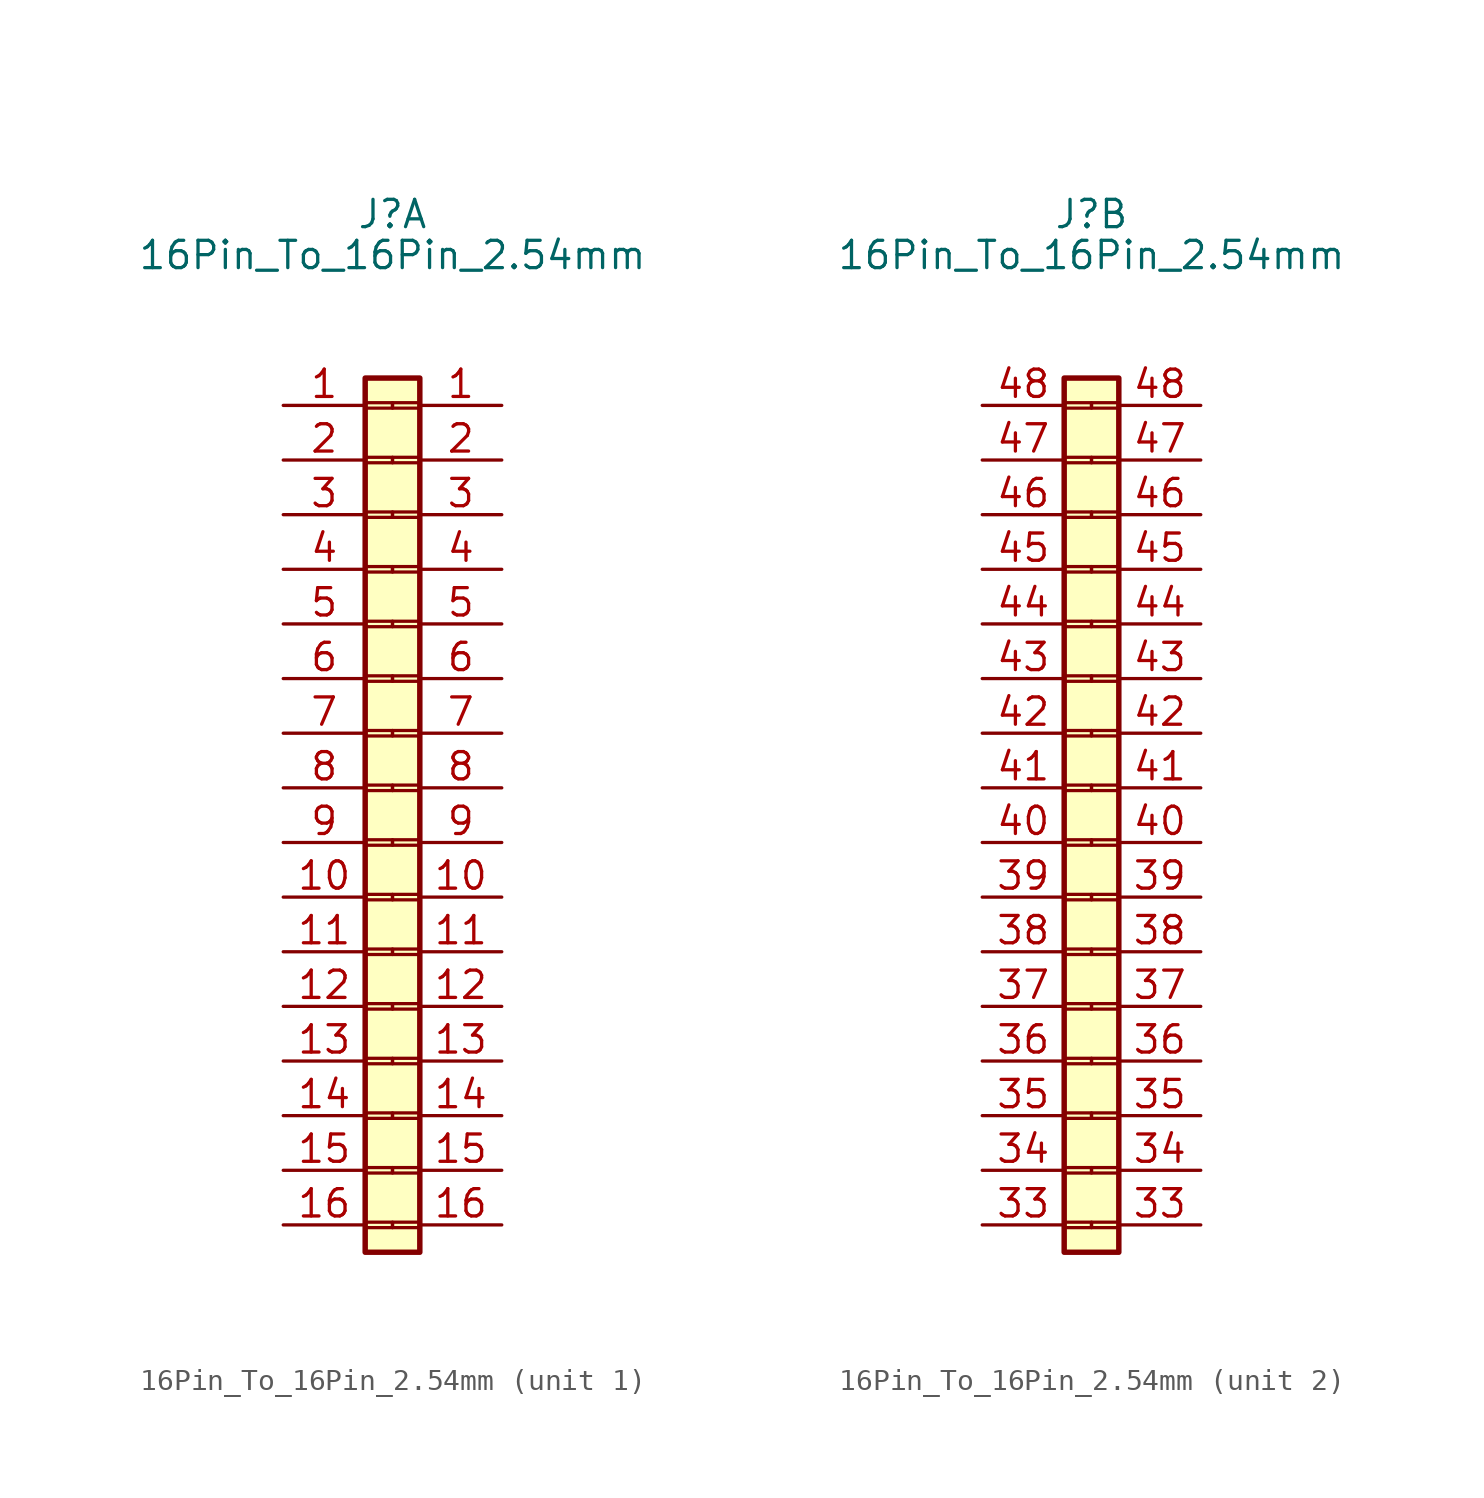
<source format=kicad_sym>
(kicad_symbol_lib
  (version 20211014)
  (generator kicad_symbol_editor)
  (symbol "16Pin_To_16Pin_2.54mm"
    (property "Reference" "J"
      (at 0 7.62 0)
      (effects (font (size 1.27 1.27))))
    (property "Value" "16Pin_To_16Pin_2.54mm"
      (at 0 5.715 0)
      (effects (font (size 1.27 1.27))))
    (property "ki_locked" ""
      (at 0 0 0)
      (effects (font (size 1.27 1.27))))
    (symbol "16Pin_To_16Pin_2.54mm_1_1"
      (rectangle (start -1.27 -39.243) (end 0 -39.497) (stroke (width 0.152) (type default) (color 0 0 0 0)) (fill (type none)))
      (rectangle (start -1.27 -36.703) (end 0 -36.957) (stroke (width 0.152) (type default) (color 0 0 0 0)) (fill (type none)))
      (rectangle (start -1.27 -34.163) (end 0 -34.417) (stroke (width 0.152) (type default) (color 0 0 0 0)) (fill (type none)))
      (rectangle (start -1.27 -31.623) (end 0 -31.877) (stroke (width 0.152) (type default) (color 0 0 0 0)) (fill (type none)))
      (rectangle (start -1.27 -29.083) (end 0 -29.337) (stroke (width 0.152) (type default) (color 0 0 0 0)) (fill (type none)))
      (rectangle (start -1.27 -26.543) (end 0 -26.797) (stroke (width 0.152) (type default) (color 0 0 0 0)) (fill (type none)))
      (rectangle (start -1.27 -24.003) (end 0 -24.257) (stroke (width 0.152) (type default) (color 0 0 0 0)) (fill (type none)))
      (rectangle (start -1.27 -21.463) (end 0 -21.717) (stroke (width 0.152) (type default) (color 0 0 0 0)) (fill (type none)))
      (rectangle (start -1.27 -18.923) (end 0 -19.177) (stroke (width 0.152) (type default) (color 0 0 0 0)) (fill (type none)))
      (rectangle (start -1.27 -16.383) (end 0 -16.637) (stroke (width 0.152) (type default) (color 0 0 0 0)) (fill (type none)))
      (rectangle (start -1.27 -13.843) (end 0 -14.097) (stroke (width 0.152) (type default) (color 0 0 0 0)) (fill (type none)))
      (rectangle (start -1.27 -11.303) (end 0 -11.557) (stroke (width 0.152) (type default) (color 0 0 0 0)) (fill (type none)))
      (rectangle (start -1.27 -8.763) (end 0 -9.017) (stroke (width 0.152) (type default) (color 0 0 0 0)) (fill (type none)))
      (rectangle (start -1.27 -6.223) (end 0 -6.477) (stroke (width 0.152) (type default) (color 0 0 0 0)) (fill (type none)))
      (rectangle (start -1.27 -3.683) (end 0 -3.937) (stroke (width 0.152) (type default) (color 0 0 0 0)) (fill (type none)))
      (rectangle (start -1.27 -1.143) (end 0 -1.397) (stroke (width 0.152) (type default) (color 0 0 0 0)) (fill (type none)))
      (rectangle (start -1.27 0) (end 1.27 -40.64) (stroke (width 0.254) (type default) (color 0 0 0 0)) (fill (type background)))
      (rectangle (start 0 -39.497) (end 1.27 -39.243) (stroke (width 0.152) (type default) (color 0 0 0 0)) (fill (type none)))
      (rectangle (start 0 -36.957) (end 1.27 -36.703) (stroke (width 0.152) (type default) (color 0 0 0 0)) (fill (type none)))
      (rectangle (start 0 -34.417) (end 1.27 -34.163) (stroke (width 0.152) (type default) (color 0 0 0 0)) (fill (type none)))
      (rectangle (start 0 -31.877) (end 1.27 -31.623) (stroke (width 0.152) (type default) (color 0 0 0 0)) (fill (type none)))
      (rectangle (start 0 -29.337) (end 1.27 -29.083) (stroke (width 0.152) (type default) (color 0 0 0 0)) (fill (type none)))
      (rectangle (start 0 -26.797) (end 1.27 -26.543) (stroke (width 0.152) (type default) (color 0 0 0 0)) (fill (type none)))
      (rectangle (start 0 -24.257) (end 1.27 -24.003) (stroke (width 0.152) (type default) (color 0 0 0 0)) (fill (type none)))
      (rectangle (start 0 -21.717) (end 1.27 -21.463) (stroke (width 0.152) (type default) (color 0 0 0 0)) (fill (type none)))
      (rectangle (start 0 -19.177) (end 1.27 -18.923) (stroke (width 0.152) (type default) (color 0 0 0 0)) (fill (type none)))
      (rectangle (start 0 -16.637) (end 1.27 -16.383) (stroke (width 0.152) (type default) (color 0 0 0 0)) (fill (type none)))
      (rectangle (start 0 -14.097) (end 1.27 -13.843) (stroke (width 0.152) (type default) (color 0 0 0 0)) (fill (type none)))
      (rectangle (start 0 -11.557) (end 1.27 -11.303) (stroke (width 0.152) (type default) (color 0 0 0 0)) (fill (type none)))
      (rectangle (start 0 -9.017) (end 1.27 -8.763) (stroke (width 0.152) (type default) (color 0 0 0 0)) (fill (type none)))
      (rectangle (start 0 -6.477) (end 1.27 -6.223) (stroke (width 0.152) (type default) (color 0 0 0 0)) (fill (type none)))
      (rectangle (start 0 -3.937) (end 1.27 -3.683) (stroke (width 0.152) (type default) (color 0 0 0 0)) (fill (type none)))
      (rectangle (start 0 -1.397) (end 1.27 -1.143) (stroke (width 0.152) (type default) (color 0 0 0 0)) (fill (type none)))
      (pin passive line (at -5.08 -1.27 0) (length 3.81) (name "" (effects (font (size 1.27 1.27)))) (number "1" (effects (font (size 1.27 1.27)))))
      (pin passive line (at 5.08 -1.27 180) (length 3.81) (name "" (effects (font (size 1.27 1.27)))) (number "1" (effects (font (size 1.27 1.27)))))
      (pin passive line (at -5.08 -24.13 0) (length 3.81) (name "" (effects (font (size 1.27 1.27)))) (number "10" (effects (font (size 1.27 1.27)))))
      (pin passive line (at 5.08 -24.13 180) (length 3.81) (name "" (effects (font (size 1.27 1.27)))) (number "10" (effects (font (size 1.27 1.27)))))
      (pin passive line (at -5.08 -26.67 0) (length 3.81) (name "" (effects (font (size 1.27 1.27)))) (number "11" (effects (font (size 1.27 1.27)))))
      (pin passive line (at 5.08 -26.67 180) (length 3.81) (name "" (effects (font (size 1.27 1.27)))) (number "11" (effects (font (size 1.27 1.27)))))
      (pin passive line (at -5.08 -29.21 0) (length 3.81) (name "" (effects (font (size 1.27 1.27)))) (number "12" (effects (font (size 1.27 1.27)))))
      (pin passive line (at 5.08 -29.21 180) (length 3.81) (name "" (effects (font (size 1.27 1.27)))) (number "12" (effects (font (size 1.27 1.27)))))
      (pin passive line (at -5.08 -31.75 0) (length 3.81) (name "" (effects (font (size 1.27 1.27)))) (number "13" (effects (font (size 1.27 1.27)))))
      (pin passive line (at 5.08 -31.75 180) (length 3.81) (name "" (effects (font (size 1.27 1.27)))) (number "13" (effects (font (size 1.27 1.27)))))
      (pin passive line (at -5.08 -34.29 0) (length 3.81) (name "" (effects (font (size 1.27 1.27)))) (number "14" (effects (font (size 1.27 1.27)))))
      (pin passive line (at 5.08 -34.29 180) (length 3.81) (name "" (effects (font (size 1.27 1.27)))) (number "14" (effects (font (size 1.27 1.27)))))
      (pin passive line (at -5.08 -36.83 0) (length 3.81) (name "" (effects (font (size 1.27 1.27)))) (number "15" (effects (font (size 1.27 1.27)))))
      (pin passive line (at 5.08 -36.83 180) (length 3.81) (name "" (effects (font (size 1.27 1.27)))) (number "15" (effects (font (size 1.27 1.27)))))
      (pin passive line (at -5.08 -39.37 0) (length 3.81) (name "" (effects (font (size 1.27 1.27)))) (number "16" (effects (font (size 1.27 1.27)))))
      (pin passive line (at 5.08 -39.37 180) (length 3.81) (name "" (effects (font (size 1.27 1.27)))) (number "16" (effects (font (size 1.27 1.27)))))
      (pin passive line (at -5.08 -3.81 0) (length 3.81) (name "" (effects (font (size 1.27 1.27)))) (number "2" (effects (font (size 1.27 1.27)))))
      (pin passive line (at 5.08 -3.81 180) (length 3.81) (name "" (effects (font (size 1.27 1.27)))) (number "2" (effects (font (size 1.27 1.27)))))
      (pin passive line (at -5.08 -6.35 0) (length 3.81) (name "" (effects (font (size 1.27 1.27)))) (number "3" (effects (font (size 1.27 1.27)))))
      (pin passive line (at 5.08 -6.35 180) (length 3.81) (name "" (effects (font (size 1.27 1.27)))) (number "3" (effects (font (size 1.27 1.27)))))
      (pin passive line (at -5.08 -8.89 0) (length 3.81) (name "" (effects (font (size 1.27 1.27)))) (number "4" (effects (font (size 1.27 1.27)))))
      (pin passive line (at 5.08 -8.89 180) (length 3.81) (name "" (effects (font (size 1.27 1.27)))) (number "4" (effects (font (size 1.27 1.27)))))
      (pin passive line (at -5.08 -11.43 0) (length 3.81) (name "" (effects (font (size 1.27 1.27)))) (number "5" (effects (font (size 1.27 1.27)))))
      (pin passive line (at 5.08 -11.43 180) (length 3.81) (name "" (effects (font (size 1.27 1.27)))) (number "5" (effects (font (size 1.27 1.27)))))
      (pin passive line (at -5.08 -13.97 0) (length 3.81) (name "" (effects (font (size 1.27 1.27)))) (number "6" (effects (font (size 1.27 1.27)))))
      (pin passive line (at 5.08 -13.97 180) (length 3.81) (name "" (effects (font (size 1.27 1.27)))) (number "6" (effects (font (size 1.27 1.27)))))
      (pin passive line (at -5.08 -16.51 0) (length 3.81) (name "" (effects (font (size 1.27 1.27)))) (number "7" (effects (font (size 1.27 1.27)))))
      (pin passive line (at 5.08 -16.51 180) (length 3.81) (name "" (effects (font (size 1.27 1.27)))) (number "7" (effects (font (size 1.27 1.27)))))
      (pin passive line (at -5.08 -19.05 0) (length 3.81) (name "" (effects (font (size 1.27 1.27)))) (number "8" (effects (font (size 1.27 1.27)))))
      (pin passive line (at 5.08 -19.05 180) (length 3.81) (name "" (effects (font (size 1.27 1.27)))) (number "8" (effects (font (size 1.27 1.27)))))
      (pin passive line (at -5.08 -21.59 0) (length 3.81) (name "" (effects (font (size 1.27 1.27)))) (number "9" (effects (font (size 1.27 1.27)))))
      (pin passive line (at 5.08 -21.59 180) (length 3.81) (name "" (effects (font (size 1.27 1.27)))) (number "9" (effects (font (size 1.27 1.27))))))
    (symbol "16Pin_To_16Pin_2.54mm_2_1"
      (rectangle (start -1.27 -39.243) (end 0 -39.497) (stroke (width 0.152) (type default) (color 0 0 0 0)) (fill (type none)))
      (rectangle (start -1.27 -36.703) (end 0 -36.957) (stroke (width 0.152) (type default) (color 0 0 0 0)) (fill (type none)))
      (rectangle (start -1.27 -34.163) (end 0 -34.417) (stroke (width 0.152) (type default) (color 0 0 0 0)) (fill (type none)))
      (rectangle (start -1.27 -31.623) (end 0 -31.877) (stroke (width 0.152) (type default) (color 0 0 0 0)) (fill (type none)))
      (rectangle (start -1.27 -29.083) (end 0 -29.337) (stroke (width 0.152) (type default) (color 0 0 0 0)) (fill (type none)))
      (rectangle (start -1.27 -26.543) (end 0 -26.797) (stroke (width 0.152) (type default) (color 0 0 0 0)) (fill (type none)))
      (rectangle (start -1.27 -24.003) (end 0 -24.257) (stroke (width 0.152) (type default) (color 0 0 0 0)) (fill (type none)))
      (rectangle (start -1.27 -21.463) (end 0 -21.717) (stroke (width 0.152) (type default) (color 0 0 0 0)) (fill (type none)))
      (rectangle (start -1.27 -18.923) (end 0 -19.177) (stroke (width 0.152) (type default) (color 0 0 0 0)) (fill (type none)))
      (rectangle (start -1.27 -16.383) (end 0 -16.637) (stroke (width 0.152) (type default) (color 0 0 0 0)) (fill (type none)))
      (rectangle (start -1.27 -13.843) (end 0 -14.097) (stroke (width 0.152) (type default) (color 0 0 0 0)) (fill (type none)))
      (rectangle (start -1.27 -11.303) (end 0 -11.557) (stroke (width 0.152) (type default) (color 0 0 0 0)) (fill (type none)))
      (rectangle (start -1.27 -8.763) (end 0 -9.017) (stroke (width 0.152) (type default) (color 0 0 0 0)) (fill (type none)))
      (rectangle (start -1.27 -6.223) (end 0 -6.477) (stroke (width 0.152) (type default) (color 0 0 0 0)) (fill (type none)))
      (rectangle (start -1.27 -3.683) (end 0 -3.937) (stroke (width 0.152) (type default) (color 0 0 0 0)) (fill (type none)))
      (rectangle (start -1.27 -1.143) (end 0 -1.397) (stroke (width 0.152) (type default) (color 0 0 0 0)) (fill (type none)))
      (rectangle (start -1.27 0) (end 1.27 -40.64) (stroke (width 0.254) (type default) (color 0 0 0 0)) (fill (type background)))
      (rectangle (start 0 -39.497) (end 1.27 -39.243) (stroke (width 0.152) (type default) (color 0 0 0 0)) (fill (type none)))
      (rectangle (start 0 -36.957) (end 1.27 -36.703) (stroke (width 0.152) (type default) (color 0 0 0 0)) (fill (type none)))
      (rectangle (start 0 -34.417) (end 1.27 -34.163) (stroke (width 0.152) (type default) (color 0 0 0 0)) (fill (type none)))
      (rectangle (start 0 -31.877) (end 1.27 -31.623) (stroke (width 0.152) (type default) (color 0 0 0 0)) (fill (type none)))
      (rectangle (start 0 -29.337) (end 1.27 -29.083) (stroke (width 0.152) (type default) (color 0 0 0 0)) (fill (type none)))
      (rectangle (start 0 -26.797) (end 1.27 -26.543) (stroke (width 0.152) (type default) (color 0 0 0 0)) (fill (type none)))
      (rectangle (start 0 -24.257) (end 1.27 -24.003) (stroke (width 0.152) (type default) (color 0 0 0 0)) (fill (type none)))
      (rectangle (start 0 -21.717) (end 1.27 -21.463) (stroke (width 0.152) (type default) (color 0 0 0 0)) (fill (type none)))
      (rectangle (start 0 -19.177) (end 1.27 -18.923) (stroke (width 0.152) (type default) (color 0 0 0 0)) (fill (type none)))
      (rectangle (start 0 -16.637) (end 1.27 -16.383) (stroke (width 0.152) (type default) (color 0 0 0 0)) (fill (type none)))
      (rectangle (start 0 -14.097) (end 1.27 -13.843) (stroke (width 0.152) (type default) (color 0 0 0 0)) (fill (type none)))
      (rectangle (start 0 -11.557) (end 1.27 -11.303) (stroke (width 0.152) (type default) (color 0 0 0 0)) (fill (type none)))
      (rectangle (start 0 -9.017) (end 1.27 -8.763) (stroke (width 0.152) (type default) (color 0 0 0 0)) (fill (type none)))
      (rectangle (start 0 -6.477) (end 1.27 -6.223) (stroke (width 0.152) (type default) (color 0 0 0 0)) (fill (type none)))
      (rectangle (start 0 -3.937) (end 1.27 -3.683) (stroke (width 0.152) (type default) (color 0 0 0 0)) (fill (type none)))
      (rectangle (start 0 -1.397) (end 1.27 -1.143) (stroke (width 0.152) (type default) (color 0 0 0 0)) (fill (type none)))
      (pin passive line (at -5.08 -39.37 0) (length 3.81) (name "" (effects (font (size 1.27 1.27)))) (number "33" (effects (font (size 1.27 1.27)))))
      (pin passive line (at 5.08 -39.37 180) (length 3.81) (name "" (effects (font (size 1.27 1.27)))) (number "33" (effects (font (size 1.27 1.27)))))
      (pin passive line (at -5.08 -36.83 0) (length 3.81) (name "" (effects (font (size 1.27 1.27)))) (number "34" (effects (font (size 1.27 1.27)))))
      (pin passive line (at 5.08 -36.83 180) (length 3.81) (name "" (effects (font (size 1.27 1.27)))) (number "34" (effects (font (size 1.27 1.27)))))
      (pin passive line (at -5.08 -34.29 0) (length 3.81) (name "" (effects (font (size 1.27 1.27)))) (number "35" (effects (font (size 1.27 1.27)))))
      (pin passive line (at 5.08 -34.29 180) (length 3.81) (name "" (effects (font (size 1.27 1.27)))) (number "35" (effects (font (size 1.27 1.27)))))
      (pin passive line (at -5.08 -31.75 0) (length 3.81) (name "" (effects (font (size 1.27 1.27)))) (number "36" (effects (font (size 1.27 1.27)))))
      (pin passive line (at 5.08 -31.75 180) (length 3.81) (name "" (effects (font (size 1.27 1.27)))) (number "36" (effects (font (size 1.27 1.27)))))
      (pin passive line (at -5.08 -29.21 0) (length 3.81) (name "" (effects (font (size 1.27 1.27)))) (number "37" (effects (font (size 1.27 1.27)))))
      (pin passive line (at 5.08 -29.21 180) (length 3.81) (name "" (effects (font (size 1.27 1.27)))) (number "37" (effects (font (size 1.27 1.27)))))
      (pin passive line (at -5.08 -26.67 0) (length 3.81) (name "" (effects (font (size 1.27 1.27)))) (number "38" (effects (font (size 1.27 1.27)))))
      (pin passive line (at 5.08 -26.67 180) (length 3.81) (name "" (effects (font (size 1.27 1.27)))) (number "38" (effects (font (size 1.27 1.27)))))
      (pin passive line (at -5.08 -24.13 0) (length 3.81) (name "" (effects (font (size 1.27 1.27)))) (number "39" (effects (font (size 1.27 1.27)))))
      (pin passive line (at 5.08 -24.13 180) (length 3.81) (name "" (effects (font (size 1.27 1.27)))) (number "39" (effects (font (size 1.27 1.27)))))
      (pin passive line (at -5.08 -21.59 0) (length 3.81) (name "" (effects (font (size 1.27 1.27)))) (number "40" (effects (font (size 1.27 1.27)))))
      (pin passive line (at 5.08 -21.59 180) (length 3.81) (name "" (effects (font (size 1.27 1.27)))) (number "40" (effects (font (size 1.27 1.27)))))
      (pin passive line (at -5.08 -19.05 0) (length 3.81) (name "" (effects (font (size 1.27 1.27)))) (number "41" (effects (font (size 1.27 1.27)))))
      (pin passive line (at 5.08 -19.05 180) (length 3.81) (name "" (effects (font (size 1.27 1.27)))) (number "41" (effects (font (size 1.27 1.27)))))
      (pin passive line (at -5.08 -16.51 0) (length 3.81) (name "" (effects (font (size 1.27 1.27)))) (number "42" (effects (font (size 1.27 1.27)))))
      (pin passive line (at 5.08 -16.51 180) (length 3.81) (name "" (effects (font (size 1.27 1.27)))) (number "42" (effects (font (size 1.27 1.27)))))
      (pin passive line (at -5.08 -13.97 0) (length 3.81) (name "" (effects (font (size 1.27 1.27)))) (number "43" (effects (font (size 1.27 1.27)))))
      (pin passive line (at 5.08 -13.97 180) (length 3.81) (name "" (effects (font (size 1.27 1.27)))) (number "43" (effects (font (size 1.27 1.27)))))
      (pin passive line (at -5.08 -11.43 0) (length 3.81) (name "" (effects (font (size 1.27 1.27)))) (number "44" (effects (font (size 1.27 1.27)))))
      (pin passive line (at 5.08 -11.43 180) (length 3.81) (name "" (effects (font (size 1.27 1.27)))) (number "44" (effects (font (size 1.27 1.27)))))
      (pin passive line (at -5.08 -8.89 0) (length 3.81) (name "" (effects (font (size 1.27 1.27)))) (number "45" (effects (font (size 1.27 1.27)))))
      (pin passive line (at 5.08 -8.89 180) (length 3.81) (name "" (effects (font (size 1.27 1.27)))) (number "45" (effects (font (size 1.27 1.27)))))
      (pin passive line (at -5.08 -6.35 0) (length 3.81) (name "" (effects (font (size 1.27 1.27)))) (number "46" (effects (font (size 1.27 1.27)))))
      (pin passive line (at 5.08 -6.35 180) (length 3.81) (name "" (effects (font (size 1.27 1.27)))) (number "46" (effects (font (size 1.27 1.27)))))
      (pin passive line (at -5.08 -3.81 0) (length 3.81) (name "" (effects (font (size 1.27 1.27)))) (number "47" (effects (font (size 1.27 1.27)))))
      (pin passive line (at 5.08 -3.81 180) (length 3.81) (name "" (effects (font (size 1.27 1.27)))) (number "47" (effects (font (size 1.27 1.27)))))
      (pin passive line (at -5.08 -1.27 0) (length 3.81) (name "" (effects (font (size 1.27 1.27)))) (number "48" (effects (font (size 1.27 1.27)))))
      (pin passive line (at 5.08 -1.27 180) (length 3.81) (name "" (effects (font (size 1.27 1.27)))) (number "48" (effects (font (size 1.27 1.27))))))))
</source>
